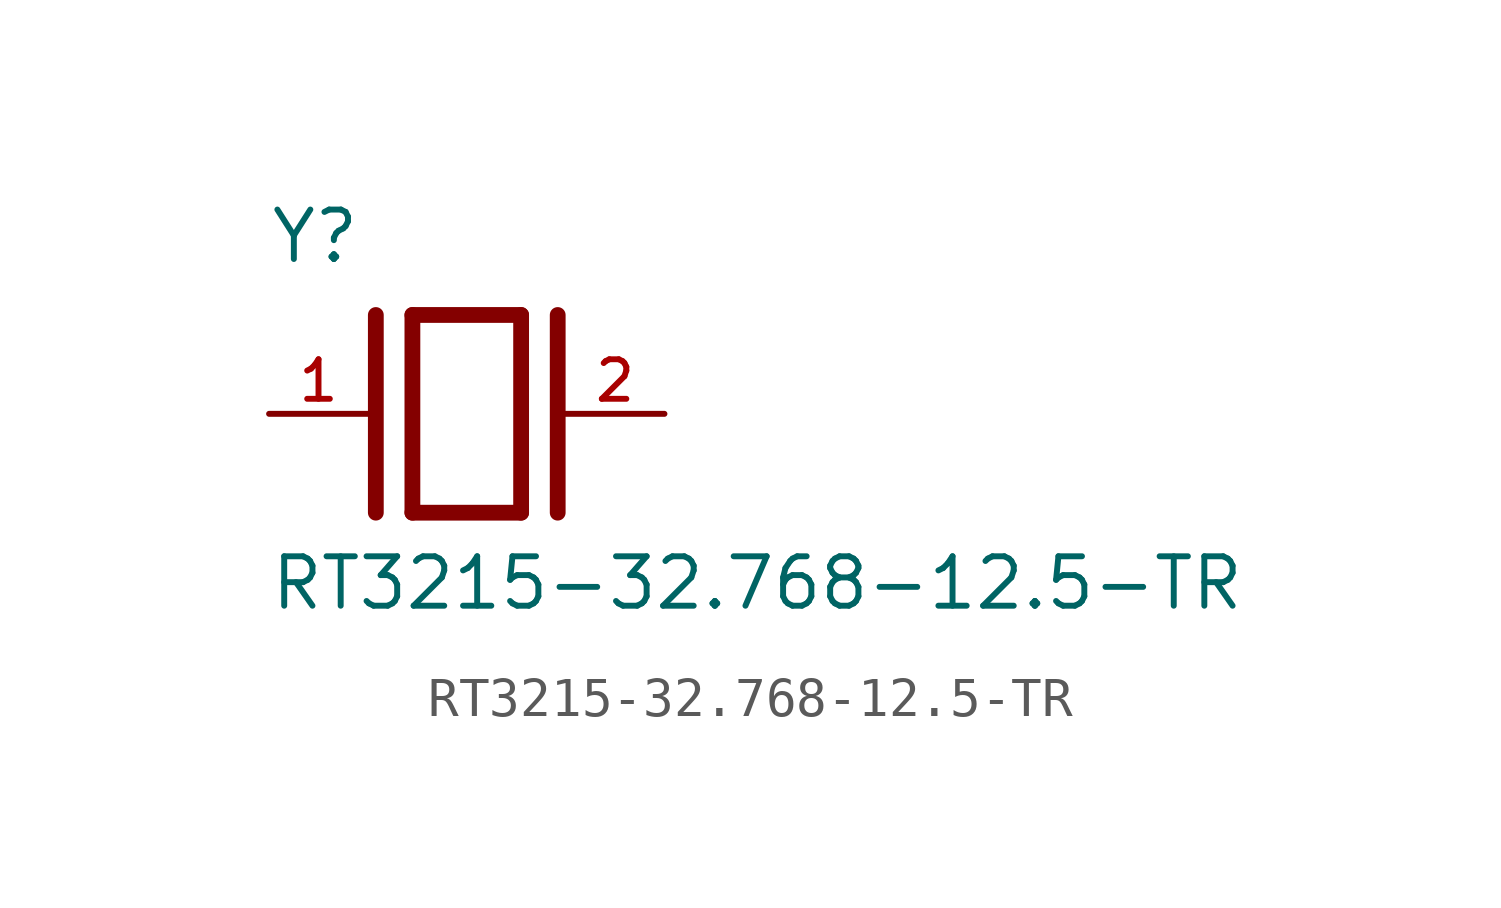
<source format=kicad_sym>
(kicad_symbol_lib
  (version 20241209)
  (generator "kicad_symbol_editor")
  (generator_version "9.0")
  (symbol "RT3215-32.768-12.5-TR"
    (pin_names
      (offset 1.016))
    (property "Reference" "Y"
      (at -5.088 3.816 0)
      (effects (font (size 1.27 1.27)) (justify left bottom)))
    (property "Value" "RT3215-32.768-12.5-TR"
      (at -5.094 -5.094 0)
      (effects (font (size 1.27 1.27)) (justify left bottom)))
    (symbol "RT3215-32.768-12.5-TR_0_0"
      (polyline (pts (xy -2.337 2.54) (xy -2.337 -2.54)) (stroke (width 0.406) (type default)) (fill (type none)))
      (polyline (pts (xy -1.397 2.54) (xy -1.397 -2.54)) (stroke (width 0.406) (type default)) (fill (type none)))
      (polyline (pts (xy -1.397 2.54) (xy 1.397 2.54)) (stroke (width 0.406) (type default)) (fill (type none)))
      (polyline (pts (xy 1.397 2.54) (xy 1.397 -2.54)) (stroke (width 0.406) (type default)) (fill (type none)))
      (polyline (pts (xy 1.397 -2.54) (xy -1.397 -2.54)) (stroke (width 0.406) (type default)) (fill (type none)))
      (polyline (pts (xy 2.337 2.54) (xy 2.337 -2.54)) (stroke (width 0.406) (type default)) (fill (type none)))
      (pin passive line (at -5.08 0 0) (length 2.54) (name "~" (effects (font (size 1.016 1.016)))) (number "1" (effects (font (size 1.016 1.016)))))
      (pin passive line (at 5.08 0 180) (length 2.54) (name "~" (effects (font (size 1.016 1.016)))) (number "2" (effects (font (size 1.016 1.016))))))))
</source>
